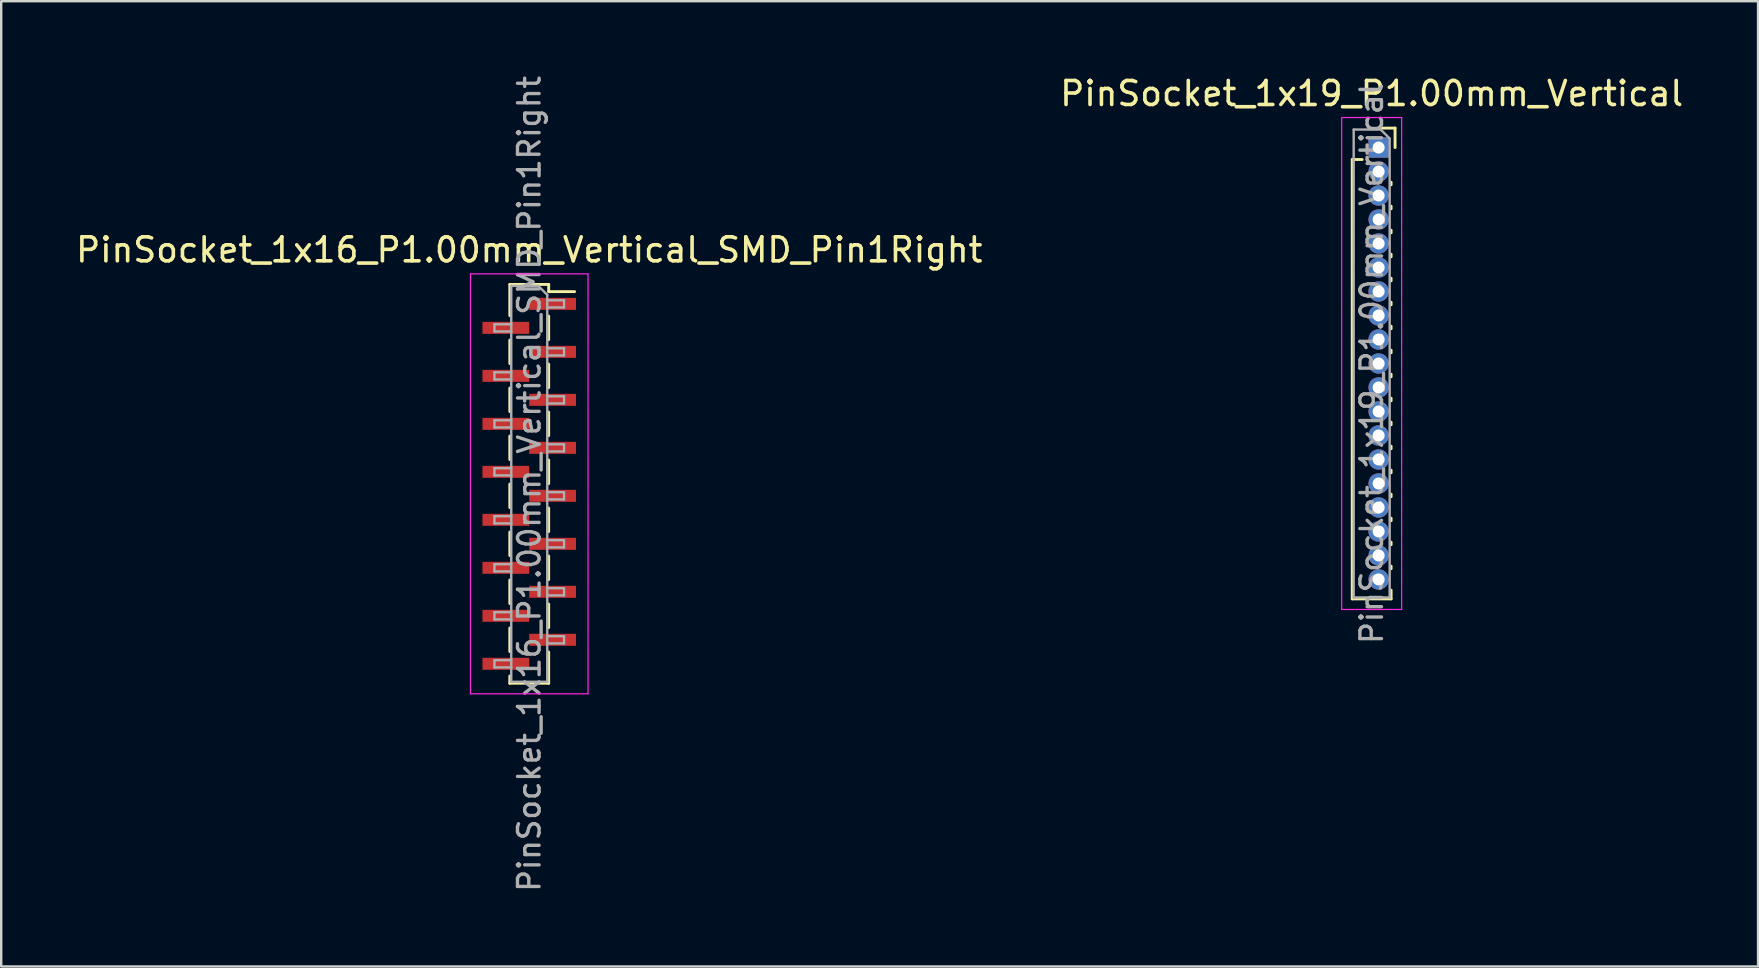
<source format=kicad_pcb>
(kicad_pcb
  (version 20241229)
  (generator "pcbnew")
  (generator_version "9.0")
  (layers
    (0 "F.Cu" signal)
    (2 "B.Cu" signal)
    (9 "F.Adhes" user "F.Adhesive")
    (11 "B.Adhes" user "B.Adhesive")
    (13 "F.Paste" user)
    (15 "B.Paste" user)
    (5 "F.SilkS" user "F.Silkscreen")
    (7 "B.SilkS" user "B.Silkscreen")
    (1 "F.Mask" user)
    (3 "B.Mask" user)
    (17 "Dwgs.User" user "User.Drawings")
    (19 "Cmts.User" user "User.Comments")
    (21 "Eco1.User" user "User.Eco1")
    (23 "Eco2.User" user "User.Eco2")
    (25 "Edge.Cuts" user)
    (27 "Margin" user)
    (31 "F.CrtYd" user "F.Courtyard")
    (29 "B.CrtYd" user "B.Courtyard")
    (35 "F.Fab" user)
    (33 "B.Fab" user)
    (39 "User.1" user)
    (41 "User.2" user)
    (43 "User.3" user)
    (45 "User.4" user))
  (footprint "PinSocket_1x16_P1.00mm_Vertical_SMD_Pin1Right"
    (layer "F.Cu")
    (at 19.006 17.113)
    (property "Reference" "PinSocket_1x16_P1.00mm_Vertical_SMD_Pin1Right" (at 0 -9.75 0) (layer "F.SilkS") (effects (font (size 1 1) (thickness 0.15))))
    (attr smd)
    (fp_line (start -0.81 -8.31) (end -0.81 -7.01) (stroke (width 0.12) (type solid)) (layer "F.SilkS"))
    (fp_line (start -0.81 -8.31) (end 0.81 -8.31) (stroke (width 0.12) (type solid)) (layer "F.SilkS"))
    (fp_line (start -0.81 -5.99) (end -0.81 -5.01) (stroke (width 0.12) (type solid)) (layer "F.SilkS"))
    (fp_line (start -0.81 -3.99) (end -0.81 -3.01) (stroke (width 0.12) (type solid)) (layer "F.SilkS"))
    (fp_line (start -0.81 -1.99) (end -0.81 -1.01) (stroke (width 0.12) (type solid)) (layer "F.SilkS"))
    (fp_line (start -0.81 0.01) (end -0.81 0.99) (stroke (width 0.12) (type solid)) (layer "F.SilkS"))
    (fp_line (start -0.81 2.01) (end -0.81 2.99) (stroke (width 0.12) (type solid)) (layer "F.SilkS"))
    (fp_line (start -0.81 4.01) (end -0.81 4.99) (stroke (width 0.12) (type solid)) (layer "F.SilkS"))
    (fp_line (start -0.81 6.01) (end -0.81 6.99) (stroke (width 0.12) (type solid)) (layer "F.SilkS"))
    (fp_line (start -0.81 8.01) (end -0.81 8.31) (stroke (width 0.12) (type solid)) (layer "F.SilkS"))
    (fp_line (start -0.81 8.31) (end 0.81 8.31) (stroke (width 0.12) (type solid)) (layer "F.SilkS"))
    (fp_line (start 0.81 -8.31) (end 0.81 -8.01) (stroke (width 0.12) (type solid)) (layer "F.SilkS"))
    (fp_line (start 0.81 -8.01) (end 1.89 -8.01) (stroke (width 0.12) (type solid)) (layer "F.SilkS"))
    (fp_line (start 0.81 -6.99) (end 0.81 -6.01) (stroke (width 0.12) (type solid)) (layer "F.SilkS"))
    (fp_line (start 0.81 -4.99) (end 0.81 -4.01) (stroke (width 0.12) (type solid)) (layer "F.SilkS"))
    (fp_line (start 0.81 -2.99) (end 0.81 -2.01) (stroke (width 0.12) (type solid)) (layer "F.SilkS"))
    (fp_line (start 0.81 -0.99) (end 0.81 -0.01) (stroke (width 0.12) (type solid)) (layer "F.SilkS"))
    (fp_line (start 0.81 1.01) (end 0.81 1.99) (stroke (width 0.12) (type solid)) (layer "F.SilkS"))
    (fp_line (start 0.81 3.01) (end 0.81 3.99) (stroke (width 0.12) (type solid)) (layer "F.SilkS"))
    (fp_line (start 0.81 5.01) (end 0.81 5.99) (stroke (width 0.12) (type solid)) (layer "F.SilkS"))
    (fp_line (start 0.81 7.01) (end 0.81 8.31) (stroke (width 0.12) (type solid)) (layer "F.SilkS"))
    (fp_line (start -2.45 -8.75) (end 2.45 -8.75) (stroke (width 0.05) (type solid)) (layer "F.CrtYd"))
    (fp_line (start -2.45 8.75) (end -2.45 -8.75) (stroke (width 0.05) (type solid)) (layer "F.CrtYd"))
    (fp_line (start 2.45 -8.75) (end 2.45 8.75) (stroke (width 0.05) (type solid)) (layer "F.CrtYd"))
    (fp_line (start 2.45 8.75) (end -2.45 8.75) (stroke (width 0.05) (type solid)) (layer "F.CrtYd"))
    (fp_line (start -1.45 -6.65) (end -0.75 -6.65) (stroke (width 0.1) (type solid)) (layer "F.Fab"))
    (fp_line (start -1.45 -6.35) (end -1.45 -6.65) (stroke (width 0.1) (type solid)) (layer "F.Fab"))
    (fp_line (start -1.45 -4.65) (end -0.75 -4.65) (stroke (width 0.1) (type solid)) (layer "F.Fab"))
    (fp_line (start -1.45 -4.35) (end -1.45 -4.65) (stroke (width 0.1) (type solid)) (layer "F.Fab"))
    (fp_line (start -1.45 -2.65) (end -0.75 -2.65) (stroke (width 0.1) (type solid)) (layer "F.Fab"))
    (fp_line (start -1.45 -2.35) (end -1.45 -2.65) (stroke (width 0.1) (type solid)) (layer "F.Fab"))
    (fp_line (start -1.45 -0.65) (end -0.75 -0.65) (stroke (width 0.1) (type solid)) (layer "F.Fab"))
    (fp_line (start -1.45 -0.35) (end -1.45 -0.65) (stroke (width 0.1) (type solid)) (layer "F.Fab"))
    (fp_line (start -1.45 1.35) (end -0.75 1.35) (stroke (width 0.1) (type solid)) (layer "F.Fab"))
    (fp_line (start -1.45 1.65) (end -1.45 1.35) (stroke (width 0.1) (type solid)) (layer "F.Fab"))
    (fp_line (start -1.45 3.35) (end -0.75 3.35) (stroke (width 0.1) (type solid)) (layer "F.Fab"))
    (fp_line (start -1.45 3.65) (end -1.45 3.35) (stroke (width 0.1) (type solid)) (layer "F.Fab"))
    (fp_line (start -1.45 5.35) (end -0.75 5.35) (stroke (width 0.1) (type solid)) (layer "F.Fab"))
    (fp_line (start -1.45 5.65) (end -1.45 5.35) (stroke (width 0.1) (type solid)) (layer "F.Fab"))
    (fp_line (start -1.45 7.35) (end -0.75 7.35) (stroke (width 0.1) (type solid)) (layer "F.Fab"))
    (fp_line (start -1.45 7.65) (end -1.45 7.35) (stroke (width 0.1) (type solid)) (layer "F.Fab"))
    (fp_line (start -0.75 -8.25) (end 0.375 -8.25) (stroke (width 0.1) (type solid)) (layer "F.Fab"))
    (fp_line (start -0.75 -6.35) (end -1.45 -6.35) (stroke (width 0.1) (type solid)) (layer "F.Fab"))
    (fp_line (start -0.75 -4.35) (end -1.45 -4.35) (stroke (width 0.1) (type solid)) (layer "F.Fab"))
    (fp_line (start -0.75 -2.35) (end -1.45 -2.35) (stroke (width 0.1) (type solid)) (layer "F.Fab"))
    (fp_line (start -0.75 -0.35) (end -1.45 -0.35) (stroke (width 0.1) (type solid)) (layer "F.Fab"))
    (fp_line (start -0.75 1.65) (end -1.45 1.65) (stroke (width 0.1) (type solid)) (layer "F.Fab"))
    (fp_line (start -0.75 3.65) (end -1.45 3.65) (stroke (width 0.1) (type solid)) (layer "F.Fab"))
    (fp_line (start -0.75 5.65) (end -1.45 5.65) (stroke (width 0.1) (type solid)) (layer "F.Fab"))
    (fp_line (start -0.75 7.65) (end -1.45 7.65) (stroke (width 0.1) (type solid)) (layer "F.Fab"))
    (fp_line (start -0.75 8.25) (end -0.75 -8.25) (stroke (width 0.1) (type solid)) (layer "F.Fab"))
    (fp_line (start 0.375 -8.25) (end 0.75 -7.875) (stroke (width 0.1) (type solid)) (layer "F.Fab"))
    (fp_line (start 0.75 -7.875) (end 0.75 8.25) (stroke (width 0.1) (type solid)) (layer "F.Fab"))
    (fp_line (start 0.75 -7.65) (end 1.45 -7.65) (stroke (width 0.1) (type solid)) (layer "F.Fab"))
    (fp_line (start 0.75 -5.65) (end 1.45 -5.65) (stroke (width 0.1) (type solid)) (layer "F.Fab"))
    (fp_line (start 0.75 -3.65) (end 1.45 -3.65) (stroke (width 0.1) (type solid)) (layer "F.Fab"))
    (fp_line (start 0.75 -1.65) (end 1.45 -1.65) (stroke (width 0.1) (type solid)) (layer "F.Fab"))
    (fp_line (start 0.75 0.35) (end 1.45 0.35) (stroke (width 0.1) (type solid)) (layer "F.Fab"))
    (fp_line (start 0.75 2.35) (end 1.45 2.35) (stroke (width 0.1) (type solid)) (layer "F.Fab"))
    (fp_line (start 0.75 4.35) (end 1.45 4.35) (stroke (width 0.1) (type solid)) (layer "F.Fab"))
    (fp_line (start 0.75 6.35) (end 1.45 6.35) (stroke (width 0.1) (type solid)) (layer "F.Fab"))
    (fp_line (start 0.75 8.25) (end -0.75 8.25) (stroke (width 0.1) (type solid)) (layer "F.Fab"))
    (fp_line (start 1.45 -7.65) (end 1.45 -7.35) (stroke (width 0.1) (type solid)) (layer "F.Fab"))
    (fp_line (start 1.45 -7.35) (end 0.75 -7.35) (stroke (width 0.1) (type solid)) (layer "F.Fab"))
    (fp_line (start 1.45 -5.65) (end 1.45 -5.35) (stroke (width 0.1) (type solid)) (layer "F.Fab"))
    (fp_line (start 1.45 -5.35) (end 0.75 -5.35) (stroke (width 0.1) (type solid)) (layer "F.Fab"))
    (fp_line (start 1.45 -3.65) (end 1.45 -3.35) (stroke (width 0.1) (type solid)) (layer "F.Fab"))
    (fp_line (start 1.45 -3.35) (end 0.75 -3.35) (stroke (width 0.1) (type solid)) (layer "F.Fab"))
    (fp_line (start 1.45 -1.65) (end 1.45 -1.35) (stroke (width 0.1) (type solid)) (layer "F.Fab"))
    (fp_line (start 1.45 -1.35) (end 0.75 -1.35) (stroke (width 0.1) (type solid)) (layer "F.Fab"))
    (fp_line (start 1.45 0.35) (end 1.45 0.65) (stroke (width 0.1) (type solid)) (layer "F.Fab"))
    (fp_line (start 1.45 0.65) (end 0.75 0.65) (stroke (width 0.1) (type solid)) (layer "F.Fab"))
    (fp_line (start 1.45 2.35) (end 1.45 2.65) (stroke (width 0.1) (type solid)) (layer "F.Fab"))
    (fp_line (start 1.45 2.65) (end 0.75 2.65) (stroke (width 0.1) (type solid)) (layer "F.Fab"))
    (fp_line (start 1.45 4.35) (end 1.45 4.65) (stroke (width 0.1) (type solid)) (layer "F.Fab"))
    (fp_line (start 1.45 4.65) (end 0.75 4.65) (stroke (width 0.1) (type solid)) (layer "F.Fab"))
    (fp_line (start 1.45 6.35) (end 1.45 6.65) (stroke (width 0.1) (type solid)) (layer "F.Fab"))
    (fp_line (start 1.45 6.65) (end 0.75 6.65) (stroke (width 0.1) (type solid)) (layer "F.Fab"))
    (fp_text user "${REFERENCE}" (at 0 0 90) (layer "F.Fab") (effects (font (size 0.9 0.9) (thickness 0.14))))
    (pad "1" smd rect (at 0.975 -7.5) (size 1.95 0.5) (layers "F.Cu" "F.Mask" "F.Paste"))
    (pad "2" smd rect (at -0.975 -6.5) (size 1.95 0.5) (layers "F.Cu" "F.Mask" "F.Paste"))
    (pad "3" smd rect (at 0.975 -5.5) (size 1.95 0.5) (layers "F.Cu" "F.Mask" "F.Paste"))
    (pad "4" smd rect (at -0.975 -4.5) (size 1.95 0.5) (layers "F.Cu" "F.Mask" "F.Paste"))
    (pad "5" smd rect (at 0.975 -3.5) (size 1.95 0.5) (layers "F.Cu" "F.Mask" "F.Paste"))
    (pad "6" smd rect (at -0.975 -2.5) (size 1.95 0.5) (layers "F.Cu" "F.Mask" "F.Paste"))
    (pad "7" smd rect (at 0.975 -1.5) (size 1.95 0.5) (layers "F.Cu" "F.Mask" "F.Paste"))
    (pad "8" smd rect (at -0.975 -0.5) (size 1.95 0.5) (layers "F.Cu" "F.Mask" "F.Paste"))
    (pad "9" smd rect (at 0.975 0.5) (size 1.95 0.5) (layers "F.Cu" "F.Mask" "F.Paste"))
    (pad "10" smd rect (at -0.975 1.5) (size 1.95 0.5) (layers "F.Cu" "F.Mask" "F.Paste"))
    (pad "11" smd rect (at 0.975 2.5) (size 1.95 0.5) (layers "F.Cu" "F.Mask" "F.Paste"))
    (pad "12" smd rect (at -0.975 3.5) (size 1.95 0.5) (layers "F.Cu" "F.Mask" "F.Paste"))
    (pad "13" smd rect (at 0.975 4.5) (size 1.95 0.5) (layers "F.Cu" "F.Mask" "F.Paste"))
    (pad "14" smd rect (at -0.975 5.5) (size 1.95 0.5) (layers "F.Cu" "F.Mask" "F.Paste"))
    (pad "15" smd rect (at 0.975 6.5) (size 1.95 0.5) (layers "F.Cu" "F.Mask" "F.Paste"))
    (pad "16" smd rect (at -0.975 7.5) (size 1.95 0.5) (layers "F.Cu" "F.Mask" "F.Paste")))
  (footprint "PinSocket_1x19_P1.00mm_Vertical"
    (layer "F.Cu")
    (at 54.403 3.098)
    (property "Reference" "PinSocket_1x19_P1.00mm_Vertical" (at -0.29 -2.25 0) (layer "F.SilkS") (effects (font (size 1 1) (thickness 0.15))))
    (attr through_hole)
    (fp_line (start -1.1 0.5) (end -1.1 18.81) (stroke (width 0.12) (type solid)) (layer "F.SilkS"))
    (fp_line (start -1.1 0.5) (end -0.685 0.5) (stroke (width 0.12) (type solid)) (layer "F.SilkS"))
    (fp_line (start -1.1 18.81) (end 0.52 18.81) (stroke (width 0.12) (type solid)) (layer "F.SilkS"))
    (fp_line (start 0 -0.81) (end 0.685 -0.81) (stroke (width 0.12) (type solid)) (layer "F.SilkS"))
    (fp_line (start 0.52 1.446) (end 0.52 1.554) (stroke (width 0.12) (type solid)) (layer "F.SilkS"))
    (fp_line (start 0.52 2.446) (end 0.52 2.554) (stroke (width 0.12) (type solid)) (layer "F.SilkS"))
    (fp_line (start 0.52 3.446) (end 0.52 3.554) (stroke (width 0.12) (type solid)) (layer "F.SilkS"))
    (fp_line (start 0.52 4.446) (end 0.52 4.554) (stroke (width 0.12) (type solid)) (layer "F.SilkS"))
    (fp_line (start 0.52 5.446) (end 0.52 5.554) (stroke (width 0.12) (type solid)) (layer "F.SilkS"))
    (fp_line (start 0.52 6.446) (end 0.52 6.554) (stroke (width 0.12) (type solid)) (layer "F.SilkS"))
    (fp_line (start 0.52 7.446) (end 0.52 7.554) (stroke (width 0.12) (type solid)) (layer "F.SilkS"))
    (fp_line (start 0.52 8.446) (end 0.52 8.554) (stroke (width 0.12) (type solid)) (layer "F.SilkS"))
    (fp_line (start 0.52 9.446) (end 0.52 9.554) (stroke (width 0.12) (type solid)) (layer "F.SilkS"))
    (fp_line (start 0.52 10.446) (end 0.52 10.554) (stroke (width 0.12) (type solid)) (layer "F.SilkS"))
    (fp_line (start 0.52 11.446) (end 0.52 11.554) (stroke (width 0.12) (type solid)) (layer "F.SilkS"))
    (fp_line (start 0.52 12.446) (end 0.52 12.554) (stroke (width 0.12) (type solid)) (layer "F.SilkS"))
    (fp_line (start 0.52 13.446) (end 0.52 13.554) (stroke (width 0.12) (type solid)) (layer "F.SilkS"))
    (fp_line (start 0.52 14.446) (end 0.52 14.554) (stroke (width 0.12) (type solid)) (layer "F.SilkS"))
    (fp_line (start 0.52 15.446) (end 0.52 15.554) (stroke (width 0.12) (type solid)) (layer "F.SilkS"))
    (fp_line (start 0.52 16.446) (end 0.52 16.554) (stroke (width 0.12) (type solid)) (layer "F.SilkS"))
    (fp_line (start 0.52 17.446) (end 0.52 17.554) (stroke (width 0.12) (type solid)) (layer "F.SilkS"))
    (fp_line (start 0.52 18.446) (end 0.52 18.81) (stroke (width 0.12) (type solid)) (layer "F.SilkS"))
    (fp_line (start 0.685 -0.81) (end 0.685 0) (stroke (width 0.12) (type solid)) (layer "F.SilkS"))
    (fp_line (start -1.54 -1.25) (end 0.96 -1.25) (stroke (width 0.05) (type solid)) (layer "F.CrtYd"))
    (fp_line (start -1.54 19.25) (end -1.54 -1.25) (stroke (width 0.05) (type solid)) (layer "F.CrtYd"))
    (fp_line (start 0.96 -1.25) (end 0.96 19.25) (stroke (width 0.05) (type solid)) (layer "F.CrtYd"))
    (fp_line (start 0.96 19.25) (end -1.54 19.25) (stroke (width 0.05) (type solid)) (layer "F.CrtYd"))
    (fp_line (start -1.04 -0.75) (end 0.085 -0.75) (stroke (width 0.1) (type solid)) (layer "F.Fab"))
    (fp_line (start -1.04 18.75) (end -1.04 -0.75) (stroke (width 0.1) (type solid)) (layer "F.Fab"))
    (fp_line (start 0.085 -0.75) (end 0.46 -0.375) (stroke (width 0.1) (type solid)) (layer "F.Fab"))
    (fp_line (start 0.46 -0.375) (end 0.46 18.75) (stroke (width 0.1) (type solid)) (layer "F.Fab"))
    (fp_line (start 0.46 18.75) (end -1.04 18.75) (stroke (width 0.1) (type solid)) (layer "F.Fab"))
    (fp_text user "${REFERENCE}" (at -0.29 9 90) (layer "F.Fab") (effects (font (size 0.9 0.9) (thickness 0.14))))
    (pad "1" thru_hole rect (at 0 0) (size 0.85 0.85) (drill 0.5) (layers "*.Cu" "*.Mask"))
    (pad "2" thru_hole oval (at 0 1) (size 0.85 0.85) (drill 0.5) (layers "*.Cu" "*.Mask"))
    (pad "3" thru_hole oval (at 0 2) (size 0.85 0.85) (drill 0.5) (layers "*.Cu" "*.Mask"))
    (pad "4" thru_hole oval (at 0 3) (size 0.85 0.85) (drill 0.5) (layers "*.Cu" "*.Mask"))
    (pad "5" thru_hole oval (at 0 4) (size 0.85 0.85) (drill 0.5) (layers "*.Cu" "*.Mask"))
    (pad "6" thru_hole oval (at 0 5) (size 0.85 0.85) (drill 0.5) (layers "*.Cu" "*.Mask"))
    (pad "7" thru_hole oval (at 0 6) (size 0.85 0.85) (drill 0.5) (layers "*.Cu" "*.Mask"))
    (pad "8" thru_hole oval (at 0 7) (size 0.85 0.85) (drill 0.5) (layers "*.Cu" "*.Mask"))
    (pad "9" thru_hole oval (at 0 8) (size 0.85 0.85) (drill 0.5) (layers "*.Cu" "*.Mask"))
    (pad "10" thru_hole oval (at 0 9) (size 0.85 0.85) (drill 0.5) (layers "*.Cu" "*.Mask"))
    (pad "11" thru_hole oval (at 0 10) (size 0.85 0.85) (drill 0.5) (layers "*.Cu" "*.Mask"))
    (pad "12" thru_hole oval (at 0 11) (size 0.85 0.85) (drill 0.5) (layers "*.Cu" "*.Mask"))
    (pad "13" thru_hole oval (at 0 12) (size 0.85 0.85) (drill 0.5) (layers "*.Cu" "*.Mask"))
    (pad "14" thru_hole oval (at 0 13) (size 0.85 0.85) (drill 0.5) (layers "*.Cu" "*.Mask"))
    (pad "15" thru_hole oval (at 0 14) (size 0.85 0.85) (drill 0.5) (layers "*.Cu" "*.Mask"))
    (pad "16" thru_hole oval (at 0 15) (size 0.85 0.85) (drill 0.5) (layers "*.Cu" "*.Mask"))
    (pad "17" thru_hole oval (at 0 16) (size 0.85 0.85) (drill 0.5) (layers "*.Cu" "*.Mask"))
    (pad "18" thru_hole oval (at 0 17) (size 0.85 0.85) (drill 0.5) (layers "*.Cu" "*.Mask"))
    (pad "19" thru_hole oval (at 0 18) (size 0.85 0.85) (drill 0.5) (layers "*.Cu" "*.Mask")))
  (gr_rect
    (start -3 -3)
    (end 70.214 37.226)
    (stroke (width 0.1) (type default))
    (fill no)
    (layer "Edge.Cuts")))
</source>
